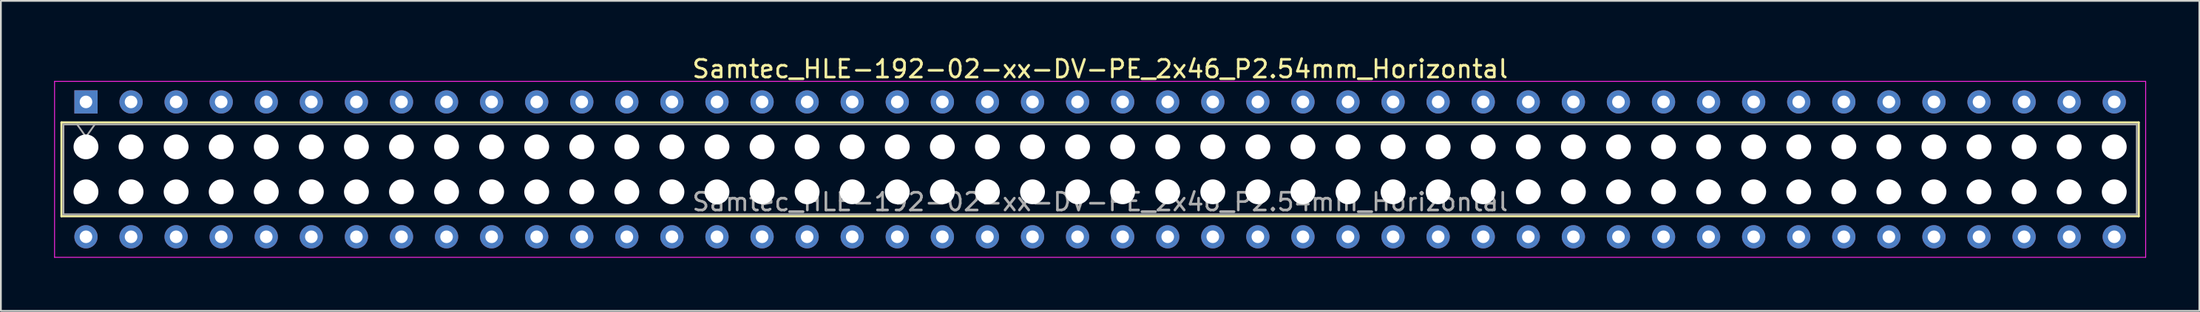
<source format=kicad_pcb>
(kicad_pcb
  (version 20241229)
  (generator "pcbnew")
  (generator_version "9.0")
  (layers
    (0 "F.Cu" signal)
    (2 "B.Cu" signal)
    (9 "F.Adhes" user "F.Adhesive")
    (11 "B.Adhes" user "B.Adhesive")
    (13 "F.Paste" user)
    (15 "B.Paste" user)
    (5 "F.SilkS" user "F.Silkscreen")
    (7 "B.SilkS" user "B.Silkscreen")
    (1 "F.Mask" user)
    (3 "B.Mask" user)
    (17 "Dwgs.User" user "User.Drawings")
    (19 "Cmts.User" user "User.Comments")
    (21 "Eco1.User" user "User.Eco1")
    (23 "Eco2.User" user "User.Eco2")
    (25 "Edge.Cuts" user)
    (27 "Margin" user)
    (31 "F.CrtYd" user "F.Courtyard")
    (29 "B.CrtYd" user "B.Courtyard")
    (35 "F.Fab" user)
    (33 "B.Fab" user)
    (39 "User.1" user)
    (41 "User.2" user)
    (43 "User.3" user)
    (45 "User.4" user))
  (footprint "Samtec_HLE-192-02-xx-DV-PE_2x46_P2.54mm_Horizontal"
    (layer "F.Cu")
    (at 1.795 2.708)
    (property "Reference" "Samtec_HLE-192-02-xx-DV-PE_2x46_P2.54mm_Horizontal" (at 57.15 -1.86 0) (layer "F.SilkS") (effects (font (size 1 1) (thickness 0.15))))
    (attr through_hole)
    (fp_line (start -1.38 1.16) (end 115.68 1.16) (stroke (width 0.12) (type solid)) (layer "F.SilkS"))
    (fp_line (start -1.38 6.46) (end -1.38 1.16) (stroke (width 0.12) (type solid)) (layer "F.SilkS"))
    (fp_line (start 115.68 1.16) (end 115.68 6.46) (stroke (width 0.12) (type solid)) (layer "F.SilkS"))
    (fp_line (start 115.68 6.46) (end -1.38 6.46) (stroke (width 0.12) (type solid)) (layer "F.SilkS"))
    (fp_line (start -1.77 -1.16) (end 116.07 -1.16) (stroke (width 0.05) (type solid)) (layer "F.CrtYd"))
    (fp_line (start -1.77 8.78) (end -1.77 -1.16) (stroke (width 0.05) (type solid)) (layer "F.CrtYd"))
    (fp_line (start 116.07 -1.16) (end 116.07 8.78) (stroke (width 0.05) (type solid)) (layer "F.CrtYd"))
    (fp_line (start 116.07 8.78) (end -1.77 8.78) (stroke (width 0.05) (type solid)) (layer "F.CrtYd"))
    (fp_line (start -1.27 1.27) (end 115.57 1.27) (stroke (width 0.1) (type solid)) (layer "F.Fab"))
    (fp_line (start -1.27 6.35) (end -1.27 1.27) (stroke (width 0.1) (type solid)) (layer "F.Fab"))
    (fp_line (start -0.5 1.27) (end 0 1.977) (stroke (width 0.1) (type solid)) (layer "F.Fab"))
    (fp_line (start 0 1.977) (end 0.5 1.27) (stroke (width 0.1) (type solid)) (layer "F.Fab"))
    (fp_line (start 115.57 1.27) (end 115.57 6.35) (stroke (width 0.1) (type solid)) (layer "F.Fab"))
    (fp_line (start 115.57 6.35) (end -1.27 6.35) (stroke (width 0.1) (type solid)) (layer "F.Fab"))
    (fp_text user "${REFERENCE}" (at 57.15 5.65 0) (layer "F.Fab") (effects (font (size 1 1) (thickness 0.15))))
    (pad "" np_thru_hole circle (at 0 2.54) (size 1.4 1.4) (drill 1.4) (layers "*.Cu" "*.Mask"))
    (pad "" np_thru_hole circle (at 0 5.08) (size 1.4 1.4) (drill 1.4) (layers "*.Cu" "*.Mask"))
    (pad "" np_thru_hole circle (at 2.54 2.54) (size 1.4 1.4) (drill 1.4) (layers "*.Cu" "*.Mask"))
    (pad "" np_thru_hole circle (at 2.54 5.08) (size 1.4 1.4) (drill 1.4) (layers "*.Cu" "*.Mask"))
    (pad "" np_thru_hole circle (at 5.08 2.54) (size 1.4 1.4) (drill 1.4) (layers "*.Cu" "*.Mask"))
    (pad "" np_thru_hole circle (at 5.08 5.08) (size 1.4 1.4) (drill 1.4) (layers "*.Cu" "*.Mask"))
    (pad "" np_thru_hole circle (at 7.62 2.54) (size 1.4 1.4) (drill 1.4) (layers "*.Cu" "*.Mask"))
    (pad "" np_thru_hole circle (at 7.62 5.08) (size 1.4 1.4) (drill 1.4) (layers "*.Cu" "*.Mask"))
    (pad "" np_thru_hole circle (at 10.16 2.54) (size 1.4 1.4) (drill 1.4) (layers "*.Cu" "*.Mask"))
    (pad "" np_thru_hole circle (at 10.16 5.08) (size 1.4 1.4) (drill 1.4) (layers "*.Cu" "*.Mask"))
    (pad "" np_thru_hole circle (at 12.7 2.54) (size 1.4 1.4) (drill 1.4) (layers "*.Cu" "*.Mask"))
    (pad "" np_thru_hole circle (at 12.7 5.08) (size 1.4 1.4) (drill 1.4) (layers "*.Cu" "*.Mask"))
    (pad "" np_thru_hole circle (at 15.24 2.54) (size 1.4 1.4) (drill 1.4) (layers "*.Cu" "*.Mask"))
    (pad "" np_thru_hole circle (at 15.24 5.08) (size 1.4 1.4) (drill 1.4) (layers "*.Cu" "*.Mask"))
    (pad "" np_thru_hole circle (at 17.78 2.54) (size 1.4 1.4) (drill 1.4) (layers "*.Cu" "*.Mask"))
    (pad "" np_thru_hole circle (at 17.78 5.08) (size 1.4 1.4) (drill 1.4) (layers "*.Cu" "*.Mask"))
    (pad "" np_thru_hole circle (at 20.32 2.54) (size 1.4 1.4) (drill 1.4) (layers "*.Cu" "*.Mask"))
    (pad "" np_thru_hole circle (at 20.32 5.08) (size 1.4 1.4) (drill 1.4) (layers "*.Cu" "*.Mask"))
    (pad "" np_thru_hole circle (at 22.86 2.54) (size 1.4 1.4) (drill 1.4) (layers "*.Cu" "*.Mask"))
    (pad "" np_thru_hole circle (at 22.86 5.08) (size 1.4 1.4) (drill 1.4) (layers "*.Cu" "*.Mask"))
    (pad "" np_thru_hole circle (at 25.4 2.54) (size 1.4 1.4) (drill 1.4) (layers "*.Cu" "*.Mask"))
    (pad "" np_thru_hole circle (at 25.4 5.08) (size 1.4 1.4) (drill 1.4) (layers "*.Cu" "*.Mask"))
    (pad "" np_thru_hole circle (at 27.94 2.54) (size 1.4 1.4) (drill 1.4) (layers "*.Cu" "*.Mask"))
    (pad "" np_thru_hole circle (at 27.94 5.08) (size 1.4 1.4) (drill 1.4) (layers "*.Cu" "*.Mask"))
    (pad "" np_thru_hole circle (at 30.48 2.54) (size 1.4 1.4) (drill 1.4) (layers "*.Cu" "*.Mask"))
    (pad "" np_thru_hole circle (at 30.48 5.08) (size 1.4 1.4) (drill 1.4) (layers "*.Cu" "*.Mask"))
    (pad "" np_thru_hole circle (at 33.02 2.54) (size 1.4 1.4) (drill 1.4) (layers "*.Cu" "*.Mask"))
    (pad "" np_thru_hole circle (at 33.02 5.08) (size 1.4 1.4) (drill 1.4) (layers "*.Cu" "*.Mask"))
    (pad "" np_thru_hole circle (at 35.56 2.54) (size 1.4 1.4) (drill 1.4) (layers "*.Cu" "*.Mask"))
    (pad "" np_thru_hole circle (at 35.56 5.08) (size 1.4 1.4) (drill 1.4) (layers "*.Cu" "*.Mask"))
    (pad "" np_thru_hole circle (at 38.1 2.54) (size 1.4 1.4) (drill 1.4) (layers "*.Cu" "*.Mask"))
    (pad "" np_thru_hole circle (at 38.1 5.08) (size 1.4 1.4) (drill 1.4) (layers "*.Cu" "*.Mask"))
    (pad "" np_thru_hole circle (at 40.64 2.54) (size 1.4 1.4) (drill 1.4) (layers "*.Cu" "*.Mask"))
    (pad "" np_thru_hole circle (at 40.64 5.08) (size 1.4 1.4) (drill 1.4) (layers "*.Cu" "*.Mask"))
    (pad "" np_thru_hole circle (at 43.18 2.54) (size 1.4 1.4) (drill 1.4) (layers "*.Cu" "*.Mask"))
    (pad "" np_thru_hole circle (at 43.18 5.08) (size 1.4 1.4) (drill 1.4) (layers "*.Cu" "*.Mask"))
    (pad "" np_thru_hole circle (at 45.72 2.54) (size 1.4 1.4) (drill 1.4) (layers "*.Cu" "*.Mask"))
    (pad "" np_thru_hole circle (at 45.72 5.08) (size 1.4 1.4) (drill 1.4) (layers "*.Cu" "*.Mask"))
    (pad "" np_thru_hole circle (at 48.26 2.54) (size 1.4 1.4) (drill 1.4) (layers "*.Cu" "*.Mask"))
    (pad "" np_thru_hole circle (at 48.26 5.08) (size 1.4 1.4) (drill 1.4) (layers "*.Cu" "*.Mask"))
    (pad "" np_thru_hole circle (at 50.8 2.54) (size 1.4 1.4) (drill 1.4) (layers "*.Cu" "*.Mask"))
    (pad "" np_thru_hole circle (at 50.8 5.08) (size 1.4 1.4) (drill 1.4) (layers "*.Cu" "*.Mask"))
    (pad "" np_thru_hole circle (at 53.34 2.54) (size 1.4 1.4) (drill 1.4) (layers "*.Cu" "*.Mask"))
    (pad "" np_thru_hole circle (at 53.34 5.08) (size 1.4 1.4) (drill 1.4) (layers "*.Cu" "*.Mask"))
    (pad "" np_thru_hole circle (at 55.88 2.54) (size 1.4 1.4) (drill 1.4) (layers "*.Cu" "*.Mask"))
    (pad "" np_thru_hole circle (at 55.88 5.08) (size 1.4 1.4) (drill 1.4) (layers "*.Cu" "*.Mask"))
    (pad "" np_thru_hole circle (at 58.42 2.54) (size 1.4 1.4) (drill 1.4) (layers "*.Cu" "*.Mask"))
    (pad "" np_thru_hole circle (at 58.42 5.08) (size 1.4 1.4) (drill 1.4) (layers "*.Cu" "*.Mask"))
    (pad "" np_thru_hole circle (at 60.96 2.54) (size 1.4 1.4) (drill 1.4) (layers "*.Cu" "*.Mask"))
    (pad "" np_thru_hole circle (at 60.96 5.08) (size 1.4 1.4) (drill 1.4) (layers "*.Cu" "*.Mask"))
    (pad "" np_thru_hole circle (at 63.5 2.54) (size 1.4 1.4) (drill 1.4) (layers "*.Cu" "*.Mask"))
    (pad "" np_thru_hole circle (at 63.5 5.08) (size 1.4 1.4) (drill 1.4) (layers "*.Cu" "*.Mask"))
    (pad "" np_thru_hole circle (at 66.04 2.54) (size 1.4 1.4) (drill 1.4) (layers "*.Cu" "*.Mask"))
    (pad "" np_thru_hole circle (at 66.04 5.08) (size 1.4 1.4) (drill 1.4) (layers "*.Cu" "*.Mask"))
    (pad "" np_thru_hole circle (at 68.58 2.54) (size 1.4 1.4) (drill 1.4) (layers "*.Cu" "*.Mask"))
    (pad "" np_thru_hole circle (at 68.58 5.08) (size 1.4 1.4) (drill 1.4) (layers "*.Cu" "*.Mask"))
    (pad "" np_thru_hole circle (at 71.12 2.54) (size 1.4 1.4) (drill 1.4) (layers "*.Cu" "*.Mask"))
    (pad "" np_thru_hole circle (at 71.12 5.08) (size 1.4 1.4) (drill 1.4) (layers "*.Cu" "*.Mask"))
    (pad "" np_thru_hole circle (at 73.66 2.54) (size 1.4 1.4) (drill 1.4) (layers "*.Cu" "*.Mask"))
    (pad "" np_thru_hole circle (at 73.66 5.08) (size 1.4 1.4) (drill 1.4) (layers "*.Cu" "*.Mask"))
    (pad "" np_thru_hole circle (at 76.2 2.54) (size 1.4 1.4) (drill 1.4) (layers "*.Cu" "*.Mask"))
    (pad "" np_thru_hole circle (at 76.2 5.08) (size 1.4 1.4) (drill 1.4) (layers "*.Cu" "*.Mask"))
    (pad "" np_thru_hole circle (at 78.74 2.54) (size 1.4 1.4) (drill 1.4) (layers "*.Cu" "*.Mask"))
    (pad "" np_thru_hole circle (at 78.74 5.08) (size 1.4 1.4) (drill 1.4) (layers "*.Cu" "*.Mask"))
    (pad "" np_thru_hole circle (at 81.28 2.54) (size 1.4 1.4) (drill 1.4) (layers "*.Cu" "*.Mask"))
    (pad "" np_thru_hole circle (at 81.28 5.08) (size 1.4 1.4) (drill 1.4) (layers "*.Cu" "*.Mask"))
    (pad "" np_thru_hole circle (at 83.82 2.54) (size 1.4 1.4) (drill 1.4) (layers "*.Cu" "*.Mask"))
    (pad "" np_thru_hole circle (at 83.82 5.08) (size 1.4 1.4) (drill 1.4) (layers "*.Cu" "*.Mask"))
    (pad "" np_thru_hole circle (at 86.36 2.54) (size 1.4 1.4) (drill 1.4) (layers "*.Cu" "*.Mask"))
    (pad "" np_thru_hole circle (at 86.36 5.08) (size 1.4 1.4) (drill 1.4) (layers "*.Cu" "*.Mask"))
    (pad "" np_thru_hole circle (at 88.9 2.54) (size 1.4 1.4) (drill 1.4) (layers "*.Cu" "*.Mask"))
    (pad "" np_thru_hole circle (at 88.9 5.08) (size 1.4 1.4) (drill 1.4) (layers "*.Cu" "*.Mask"))
    (pad "" np_thru_hole circle (at 91.44 2.54) (size 1.4 1.4) (drill 1.4) (layers "*.Cu" "*.Mask"))
    (pad "" np_thru_hole circle (at 91.44 5.08) (size 1.4 1.4) (drill 1.4) (layers "*.Cu" "*.Mask"))
    (pad "" np_thru_hole circle (at 93.98 2.54) (size 1.4 1.4) (drill 1.4) (layers "*.Cu" "*.Mask"))
    (pad "" np_thru_hole circle (at 93.98 5.08) (size 1.4 1.4) (drill 1.4) (layers "*.Cu" "*.Mask"))
    (pad "" np_thru_hole circle (at 96.52 2.54) (size 1.4 1.4) (drill 1.4) (layers "*.Cu" "*.Mask"))
    (pad "" np_thru_hole circle (at 96.52 5.08) (size 1.4 1.4) (drill 1.4) (layers "*.Cu" "*.Mask"))
    (pad "" np_thru_hole circle (at 99.06 2.54) (size 1.4 1.4) (drill 1.4) (layers "*.Cu" "*.Mask"))
    (pad "" np_thru_hole circle (at 99.06 5.08) (size 1.4 1.4) (drill 1.4) (layers "*.Cu" "*.Mask"))
    (pad "" np_thru_hole circle (at 101.6 2.54) (size 1.4 1.4) (drill 1.4) (layers "*.Cu" "*.Mask"))
    (pad "" np_thru_hole circle (at 101.6 5.08) (size 1.4 1.4) (drill 1.4) (layers "*.Cu" "*.Mask"))
    (pad "" np_thru_hole circle (at 104.14 2.54) (size 1.4 1.4) (drill 1.4) (layers "*.Cu" "*.Mask"))
    (pad "" np_thru_hole circle (at 104.14 5.08) (size 1.4 1.4) (drill 1.4) (layers "*.Cu" "*.Mask"))
    (pad "" np_thru_hole circle (at 106.68 2.54) (size 1.4 1.4) (drill 1.4) (layers "*.Cu" "*.Mask"))
    (pad "" np_thru_hole circle (at 106.68 5.08) (size 1.4 1.4) (drill 1.4) (layers "*.Cu" "*.Mask"))
    (pad "" np_thru_hole circle (at 109.22 2.54) (size 1.4 1.4) (drill 1.4) (layers "*.Cu" "*.Mask"))
    (pad "" np_thru_hole circle (at 109.22 5.08) (size 1.4 1.4) (drill 1.4) (layers "*.Cu" "*.Mask"))
    (pad "" np_thru_hole circle (at 111.76 2.54) (size 1.4 1.4) (drill 1.4) (layers "*.Cu" "*.Mask"))
    (pad "" np_thru_hole circle (at 111.76 5.08) (size 1.4 1.4) (drill 1.4) (layers "*.Cu" "*.Mask"))
    (pad "" np_thru_hole circle (at 114.3 2.54) (size 1.4 1.4) (drill 1.4) (layers "*.Cu" "*.Mask"))
    (pad "" np_thru_hole circle (at 114.3 5.08) (size 1.4 1.4) (drill 1.4) (layers "*.Cu" "*.Mask"))
    (pad "1" thru_hole rect (at 0 0) (size 1.31 1.31) (drill 0.71) (layers "*.Cu" "*.Mask"))
    (pad "2" thru_hole circle (at 0 7.62) (size 1.31 1.31) (drill 0.71) (layers "*.Cu" "*.Mask"))
    (pad "3" thru_hole circle (at 2.54 0) (size 1.31 1.31) (drill 0.71) (layers "*.Cu" "*.Mask"))
    (pad "4" thru_hole circle (at 2.54 7.62) (size 1.31 1.31) (drill 0.71) (layers "*.Cu" "*.Mask"))
    (pad "5" thru_hole circle (at 5.08 0) (size 1.31 1.31) (drill 0.71) (layers "*.Cu" "*.Mask"))
    (pad "6" thru_hole circle (at 5.08 7.62) (size 1.31 1.31) (drill 0.71) (layers "*.Cu" "*.Mask"))
    (pad "7" thru_hole circle (at 7.62 0) (size 1.31 1.31) (drill 0.71) (layers "*.Cu" "*.Mask"))
    (pad "8" thru_hole circle (at 7.62 7.62) (size 1.31 1.31) (drill 0.71) (layers "*.Cu" "*.Mask"))
    (pad "9" thru_hole circle (at 10.16 0) (size 1.31 1.31) (drill 0.71) (layers "*.Cu" "*.Mask"))
    (pad "10" thru_hole circle (at 10.16 7.62) (size 1.31 1.31) (drill 0.71) (layers "*.Cu" "*.Mask"))
    (pad "11" thru_hole circle (at 12.7 0) (size 1.31 1.31) (drill 0.71) (layers "*.Cu" "*.Mask"))
    (pad "12" thru_hole circle (at 12.7 7.62) (size 1.31 1.31) (drill 0.71) (layers "*.Cu" "*.Mask"))
    (pad "13" thru_hole circle (at 15.24 0) (size 1.31 1.31) (drill 0.71) (layers "*.Cu" "*.Mask"))
    (pad "14" thru_hole circle (at 15.24 7.62) (size 1.31 1.31) (drill 0.71) (layers "*.Cu" "*.Mask"))
    (pad "15" thru_hole circle (at 17.78 0) (size 1.31 1.31) (drill 0.71) (layers "*.Cu" "*.Mask"))
    (pad "16" thru_hole circle (at 17.78 7.62) (size 1.31 1.31) (drill 0.71) (layers "*.Cu" "*.Mask"))
    (pad "17" thru_hole circle (at 20.32 0) (size 1.31 1.31) (drill 0.71) (layers "*.Cu" "*.Mask"))
    (pad "18" thru_hole circle (at 20.32 7.62) (size 1.31 1.31) (drill 0.71) (layers "*.Cu" "*.Mask"))
    (pad "19" thru_hole circle (at 22.86 0) (size 1.31 1.31) (drill 0.71) (layers "*.Cu" "*.Mask"))
    (pad "20" thru_hole circle (at 22.86 7.62) (size 1.31 1.31) (drill 0.71) (layers "*.Cu" "*.Mask"))
    (pad "21" thru_hole circle (at 25.4 0) (size 1.31 1.31) (drill 0.71) (layers "*.Cu" "*.Mask"))
    (pad "22" thru_hole circle (at 25.4 7.62) (size 1.31 1.31) (drill 0.71) (layers "*.Cu" "*.Mask"))
    (pad "23" thru_hole circle (at 27.94 0) (size 1.31 1.31) (drill 0.71) (layers "*.Cu" "*.Mask"))
    (pad "24" thru_hole circle (at 27.94 7.62) (size 1.31 1.31) (drill 0.71) (layers "*.Cu" "*.Mask"))
    (pad "25" thru_hole circle (at 30.48 0) (size 1.31 1.31) (drill 0.71) (layers "*.Cu" "*.Mask"))
    (pad "26" thru_hole circle (at 30.48 7.62) (size 1.31 1.31) (drill 0.71) (layers "*.Cu" "*.Mask"))
    (pad "27" thru_hole circle (at 33.02 0) (size 1.31 1.31) (drill 0.71) (layers "*.Cu" "*.Mask"))
    (pad "28" thru_hole circle (at 33.02 7.62) (size 1.31 1.31) (drill 0.71) (layers "*.Cu" "*.Mask"))
    (pad "29" thru_hole circle (at 35.56 0) (size 1.31 1.31) (drill 0.71) (layers "*.Cu" "*.Mask"))
    (pad "30" thru_hole circle (at 35.56 7.62) (size 1.31 1.31) (drill 0.71) (layers "*.Cu" "*.Mask"))
    (pad "31" thru_hole circle (at 38.1 0) (size 1.31 1.31) (drill 0.71) (layers "*.Cu" "*.Mask"))
    (pad "32" thru_hole circle (at 38.1 7.62) (size 1.31 1.31) (drill 0.71) (layers "*.Cu" "*.Mask"))
    (pad "33" thru_hole circle (at 40.64 0) (size 1.31 1.31) (drill 0.71) (layers "*.Cu" "*.Mask"))
    (pad "34" thru_hole circle (at 40.64 7.62) (size 1.31 1.31) (drill 0.71) (layers "*.Cu" "*.Mask"))
    (pad "35" thru_hole circle (at 43.18 0) (size 1.31 1.31) (drill 0.71) (layers "*.Cu" "*.Mask"))
    (pad "36" thru_hole circle (at 43.18 7.62) (size 1.31 1.31) (drill 0.71) (layers "*.Cu" "*.Mask"))
    (pad "37" thru_hole circle (at 45.72 0) (size 1.31 1.31) (drill 0.71) (layers "*.Cu" "*.Mask"))
    (pad "38" thru_hole circle (at 45.72 7.62) (size 1.31 1.31) (drill 0.71) (layers "*.Cu" "*.Mask"))
    (pad "39" thru_hole circle (at 48.26 0) (size 1.31 1.31) (drill 0.71) (layers "*.Cu" "*.Mask"))
    (pad "40" thru_hole circle (at 48.26 7.62) (size 1.31 1.31) (drill 0.71) (layers "*.Cu" "*.Mask"))
    (pad "41" thru_hole circle (at 50.8 0) (size 1.31 1.31) (drill 0.71) (layers "*.Cu" "*.Mask"))
    (pad "42" thru_hole circle (at 50.8 7.62) (size 1.31 1.31) (drill 0.71) (layers "*.Cu" "*.Mask"))
    (pad "43" thru_hole circle (at 53.34 0) (size 1.31 1.31) (drill 0.71) (layers "*.Cu" "*.Mask"))
    (pad "44" thru_hole circle (at 53.34 7.62) (size 1.31 1.31) (drill 0.71) (layers "*.Cu" "*.Mask"))
    (pad "45" thru_hole circle (at 55.88 0) (size 1.31 1.31) (drill 0.71) (layers "*.Cu" "*.Mask"))
    (pad "46" thru_hole circle (at 55.88 7.62) (size 1.31 1.31) (drill 0.71) (layers "*.Cu" "*.Mask"))
    (pad "47" thru_hole circle (at 58.42 0) (size 1.31 1.31) (drill 0.71) (layers "*.Cu" "*.Mask"))
    (pad "48" thru_hole circle (at 58.42 7.62) (size 1.31 1.31) (drill 0.71) (layers "*.Cu" "*.Mask"))
    (pad "49" thru_hole circle (at 60.96 0) (size 1.31 1.31) (drill 0.71) (layers "*.Cu" "*.Mask"))
    (pad "50" thru_hole circle (at 60.96 7.62) (size 1.31 1.31) (drill 0.71) (layers "*.Cu" "*.Mask"))
    (pad "51" thru_hole circle (at 63.5 0) (size 1.31 1.31) (drill 0.71) (layers "*.Cu" "*.Mask"))
    (pad "52" thru_hole circle (at 63.5 7.62) (size 1.31 1.31) (drill 0.71) (layers "*.Cu" "*.Mask"))
    (pad "53" thru_hole circle (at 66.04 0) (size 1.31 1.31) (drill 0.71) (layers "*.Cu" "*.Mask"))
    (pad "54" thru_hole circle (at 66.04 7.62) (size 1.31 1.31) (drill 0.71) (layers "*.Cu" "*.Mask"))
    (pad "55" thru_hole circle (at 68.58 0) (size 1.31 1.31) (drill 0.71) (layers "*.Cu" "*.Mask"))
    (pad "56" thru_hole circle (at 68.58 7.62) (size 1.31 1.31) (drill 0.71) (layers "*.Cu" "*.Mask"))
    (pad "57" thru_hole circle (at 71.12 0) (size 1.31 1.31) (drill 0.71) (layers "*.Cu" "*.Mask"))
    (pad "58" thru_hole circle (at 71.12 7.62) (size 1.31 1.31) (drill 0.71) (layers "*.Cu" "*.Mask"))
    (pad "59" thru_hole circle (at 73.66 0) (size 1.31 1.31) (drill 0.71) (layers "*.Cu" "*.Mask"))
    (pad "60" thru_hole circle (at 73.66 7.62) (size 1.31 1.31) (drill 0.71) (layers "*.Cu" "*.Mask"))
    (pad "61" thru_hole circle (at 76.2 0) (size 1.31 1.31) (drill 0.71) (layers "*.Cu" "*.Mask"))
    (pad "62" thru_hole circle (at 76.2 7.62) (size 1.31 1.31) (drill 0.71) (layers "*.Cu" "*.Mask"))
    (pad "63" thru_hole circle (at 78.74 0) (size 1.31 1.31) (drill 0.71) (layers "*.Cu" "*.Mask"))
    (pad "64" thru_hole circle (at 78.74 7.62) (size 1.31 1.31) (drill 0.71) (layers "*.Cu" "*.Mask"))
    (pad "65" thru_hole circle (at 81.28 0) (size 1.31 1.31) (drill 0.71) (layers "*.Cu" "*.Mask"))
    (pad "66" thru_hole circle (at 81.28 7.62) (size 1.31 1.31) (drill 0.71) (layers "*.Cu" "*.Mask"))
    (pad "67" thru_hole circle (at 83.82 0) (size 1.31 1.31) (drill 0.71) (layers "*.Cu" "*.Mask"))
    (pad "68" thru_hole circle (at 83.82 7.62) (size 1.31 1.31) (drill 0.71) (layers "*.Cu" "*.Mask"))
    (pad "69" thru_hole circle (at 86.36 0) (size 1.31 1.31) (drill 0.71) (layers "*.Cu" "*.Mask"))
    (pad "70" thru_hole circle (at 86.36 7.62) (size 1.31 1.31) (drill 0.71) (layers "*.Cu" "*.Mask"))
    (pad "71" thru_hole circle (at 88.9 0) (size 1.31 1.31) (drill 0.71) (layers "*.Cu" "*.Mask"))
    (pad "72" thru_hole circle (at 88.9 7.62) (size 1.31 1.31) (drill 0.71) (layers "*.Cu" "*.Mask"))
    (pad "73" thru_hole circle (at 91.44 0) (size 1.31 1.31) (drill 0.71) (layers "*.Cu" "*.Mask"))
    (pad "74" thru_hole circle (at 91.44 7.62) (size 1.31 1.31) (drill 0.71) (layers "*.Cu" "*.Mask"))
    (pad "75" thru_hole circle (at 93.98 0) (size 1.31 1.31) (drill 0.71) (layers "*.Cu" "*.Mask"))
    (pad "76" thru_hole circle (at 93.98 7.62) (size 1.31 1.31) (drill 0.71) (layers "*.Cu" "*.Mask"))
    (pad "77" thru_hole circle (at 96.52 0) (size 1.31 1.31) (drill 0.71) (layers "*.Cu" "*.Mask"))
    (pad "78" thru_hole circle (at 96.52 7.62) (size 1.31 1.31) (drill 0.71) (layers "*.Cu" "*.Mask"))
    (pad "79" thru_hole circle (at 99.06 0) (size 1.31 1.31) (drill 0.71) (layers "*.Cu" "*.Mask"))
    (pad "80" thru_hole circle (at 99.06 7.62) (size 1.31 1.31) (drill 0.71) (layers "*.Cu" "*.Mask"))
    (pad "81" thru_hole circle (at 101.6 0) (size 1.31 1.31) (drill 0.71) (layers "*.Cu" "*.Mask"))
    (pad "82" thru_hole circle (at 101.6 7.62) (size 1.31 1.31) (drill 0.71) (layers "*.Cu" "*.Mask"))
    (pad "83" thru_hole circle (at 104.14 0) (size 1.31 1.31) (drill 0.71) (layers "*.Cu" "*.Mask"))
    (pad "84" thru_hole circle (at 104.14 7.62) (size 1.31 1.31) (drill 0.71) (layers "*.Cu" "*.Mask"))
    (pad "85" thru_hole circle (at 106.68 0) (size 1.31 1.31) (drill 0.71) (layers "*.Cu" "*.Mask"))
    (pad "86" thru_hole circle (at 106.68 7.62) (size 1.31 1.31) (drill 0.71) (layers "*.Cu" "*.Mask"))
    (pad "87" thru_hole circle (at 109.22 0) (size 1.31 1.31) (drill 0.71) (layers "*.Cu" "*.Mask"))
    (pad "88" thru_hole circle (at 109.22 7.62) (size 1.31 1.31) (drill 0.71) (layers "*.Cu" "*.Mask"))
    (pad "89" thru_hole circle (at 111.76 0) (size 1.31 1.31) (drill 0.71) (layers "*.Cu" "*.Mask"))
    (pad "90" thru_hole circle (at 111.76 7.62) (size 1.31 1.31) (drill 0.71) (layers "*.Cu" "*.Mask"))
    (pad "91" thru_hole circle (at 114.3 0) (size 1.31 1.31) (drill 0.71) (layers "*.Cu" "*.Mask"))
    (pad "92" thru_hole circle (at 114.3 7.62) (size 1.31 1.31) (drill 0.71) (layers "*.Cu" "*.Mask")))
  (gr_rect
    (start -3 -3)
    (end 120.89 14.513)
    (stroke (width 0.1) (type default))
    (fill no)
    (layer "Edge.Cuts")))
</source>
